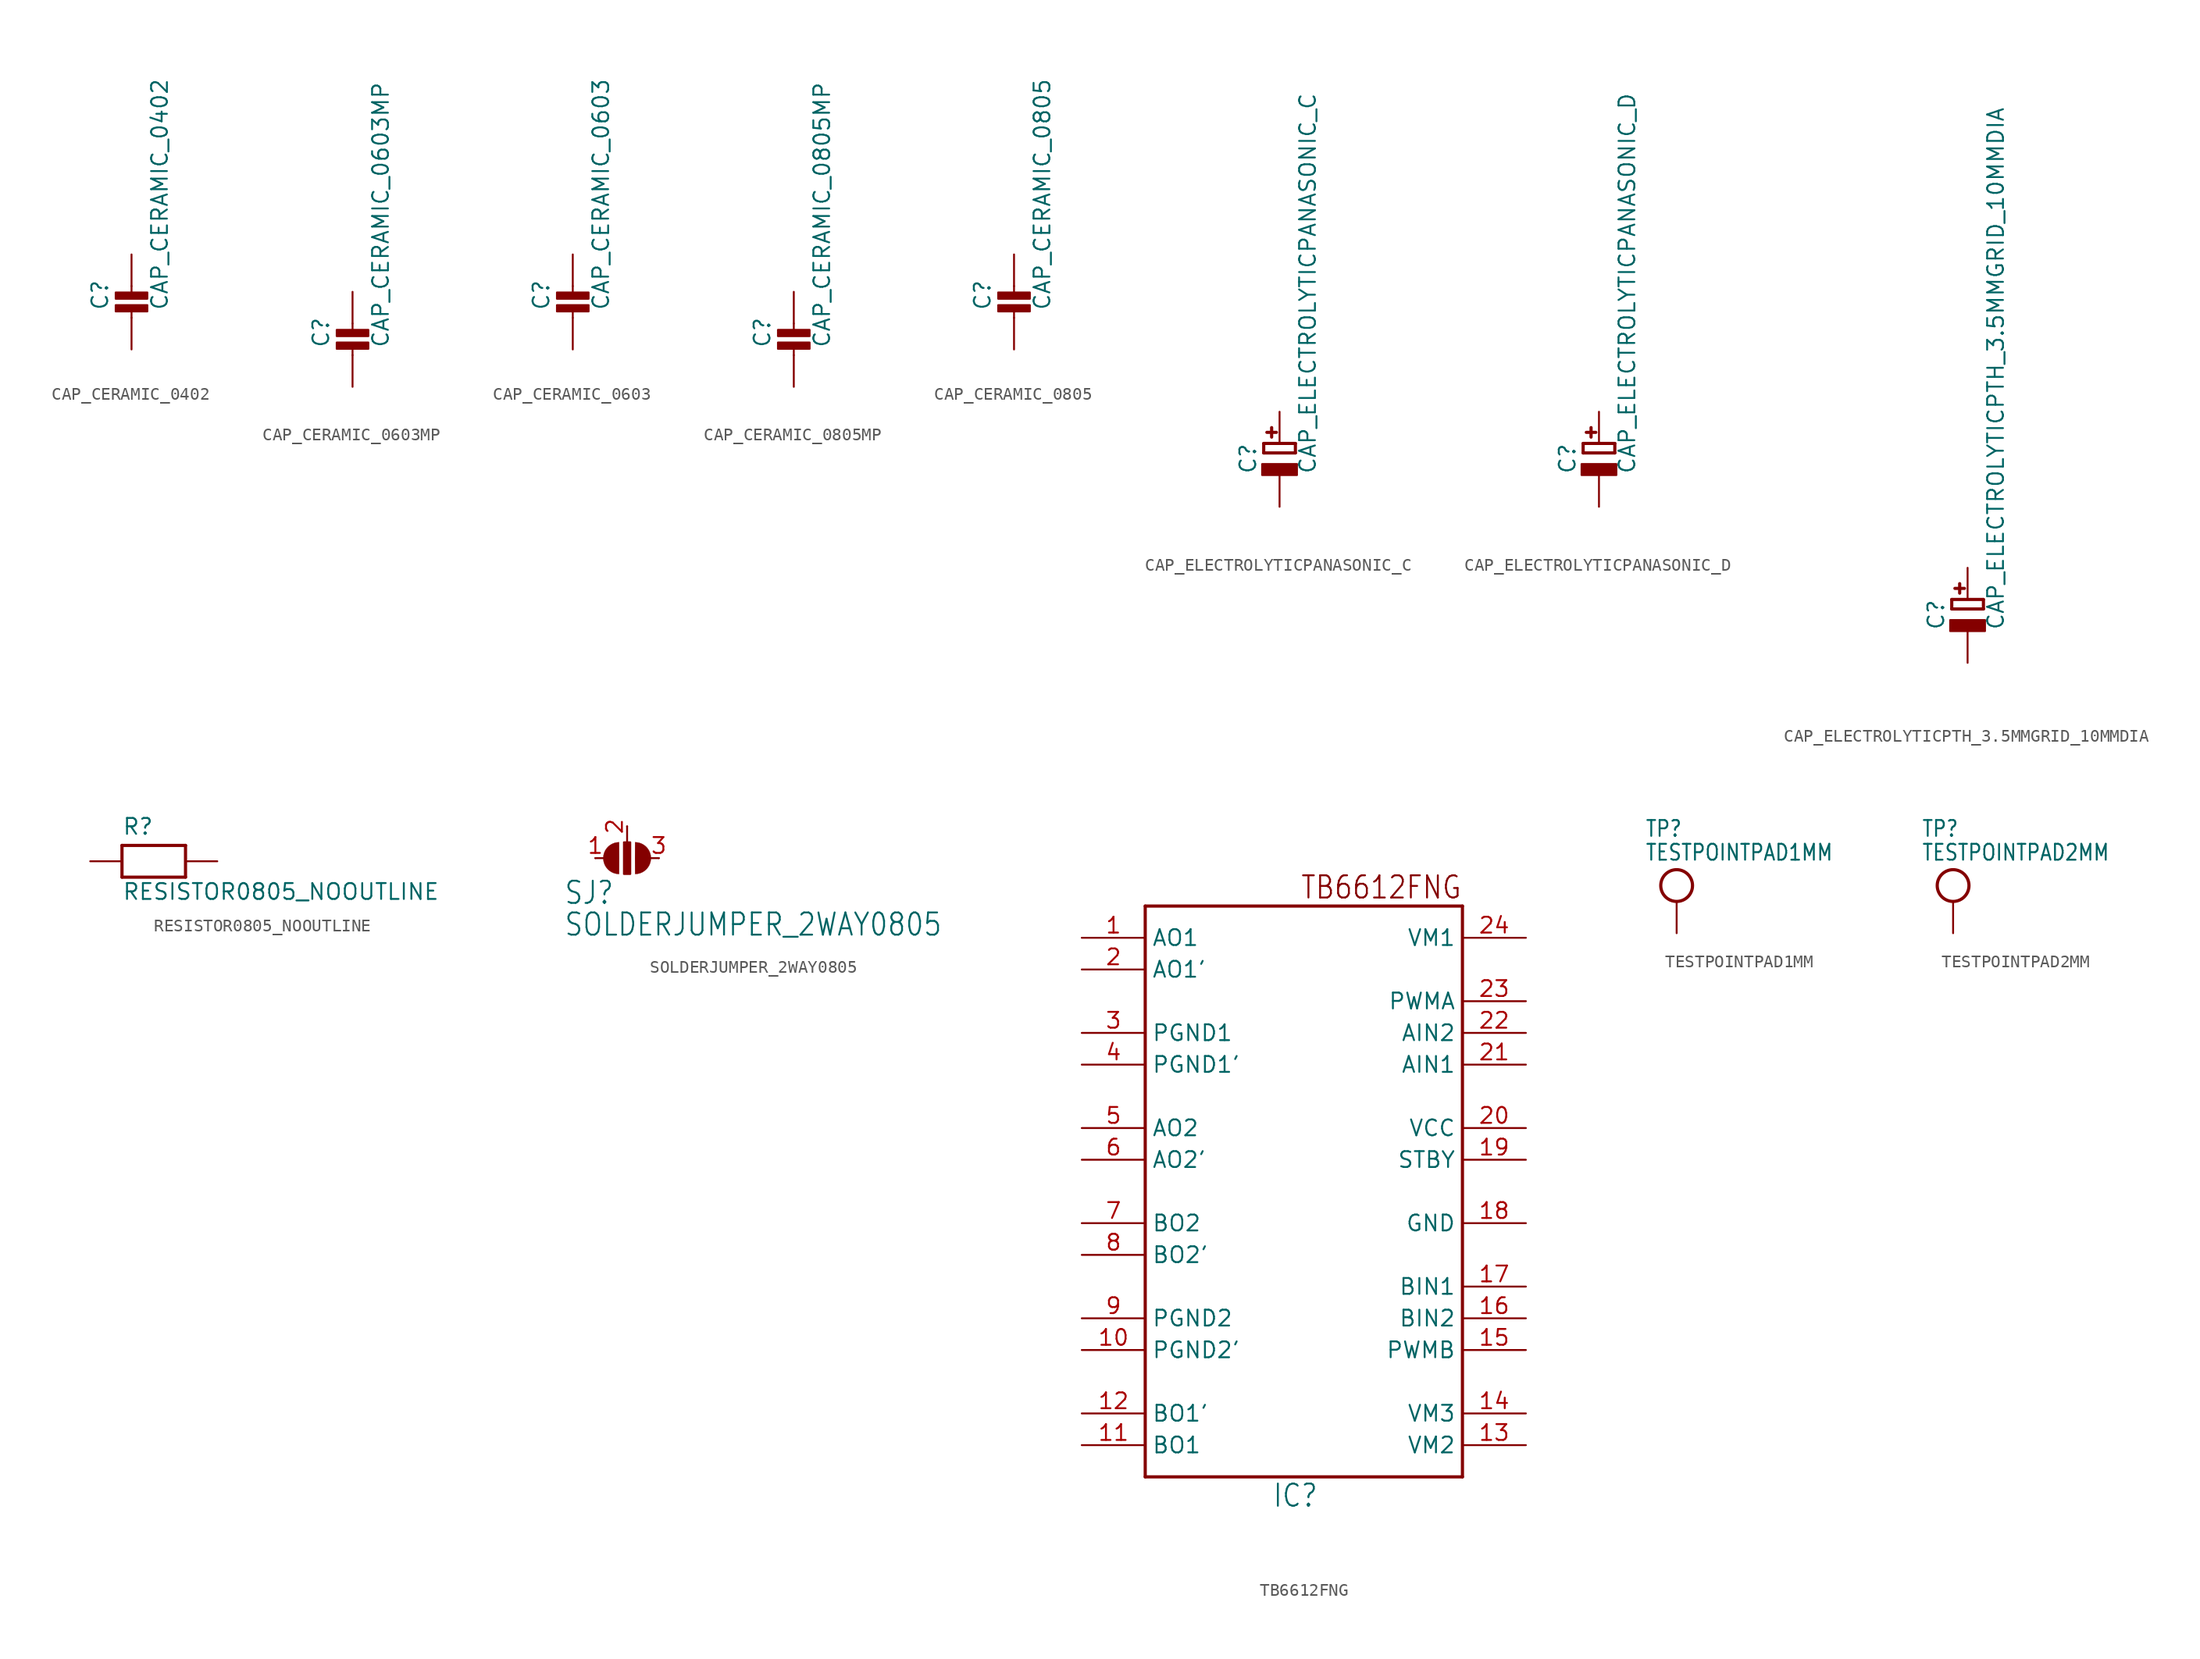
<source format=kicad_sym>
(kicad_symbol_lib
  (version 20211014)
  (generator kicad_symbol_editor)
  (symbol "CAP_CERAMIC_0402"
    (property "Reference" "C"
      (at -1.79 0.54 90)
      (effects (font (size 1.27 1.27)) (justify left bottom)))
    (property "Value" "CAP_CERAMIC_0402"
      (at 3 0.54 90)
      (effects (font (size 1.27 1.27)) (justify left bottom)))
    (property "ki_locked" ""
      (at 0 0 0)
      (effects (font (size 1.27 1.27))))
    (symbol "CAP_CERAMIC_0402_1_0"
      (rectangle (start -1.27 0.508) (end 1.27 1.016) (stroke (width 0) (type default) (color 0 0 0 0)) (fill (type outline)))
      (rectangle (start -1.27 1.524) (end 1.27 2.032) (stroke (width 0) (type default) (color 0 0 0 0)) (fill (type outline)))
      (polyline (pts (xy 0 0.762) (xy 0 0)) (stroke (width 0.152) (type default) (color 0 0 0 0)) (fill (type none)))
      (polyline (pts (xy 0 2.54) (xy 0 1.778)) (stroke (width 0.152) (type default) (color 0 0 0 0)) (fill (type none)))
      (pin passive line (at 0 5.08 270) (length 2.54) (name "1" (effects (font (size 0 0)))) (number "1" (effects (font (size 0 0)))))
      (pin passive line (at 0 -2.54 90) (length 2.54) (name "2" (effects (font (size 0 0)))) (number "2" (effects (font (size 0 0)))))))
  (symbol "CAP_CERAMIC_0603MP"
    (property "Reference" "C"
      (at -1.79 0.54 90)
      (effects (font (size 1.27 1.27)) (justify left bottom)))
    (property "Value" "CAP_CERAMIC_0603MP"
      (at 3 0.54 90)
      (effects (font (size 1.27 1.27)) (justify left bottom)))
    (property "ki_locked" ""
      (at 0 0 0)
      (effects (font (size 1.27 1.27))))
    (symbol "CAP_CERAMIC_0603MP_1_0"
      (rectangle (start -1.27 0.508) (end 1.27 1.016) (stroke (width 0) (type default) (color 0 0 0 0)) (fill (type outline)))
      (rectangle (start -1.27 1.524) (end 1.27 2.032) (stroke (width 0) (type default) (color 0 0 0 0)) (fill (type outline)))
      (polyline (pts (xy 0 0.762) (xy 0 0)) (stroke (width 0.152) (type default) (color 0 0 0 0)) (fill (type none)))
      (polyline (pts (xy 0 2.54) (xy 0 1.778)) (stroke (width 0.152) (type default) (color 0 0 0 0)) (fill (type none)))
      (pin passive line (at 0 5.08 270) (length 2.54) (name "1" (effects (font (size 0 0)))) (number "1" (effects (font (size 0 0)))))
      (pin passive line (at 0 -2.54 90) (length 2.54) (name "2" (effects (font (size 0 0)))) (number "2" (effects (font (size 0 0)))))))
  (symbol "CAP_CERAMIC_0603"
    (property "Reference" "C"
      (at -1.79 0.54 90)
      (effects (font (size 1.27 1.27)) (justify left bottom)))
    (property "Value" "CAP_CERAMIC_0603"
      (at 3 0.54 90)
      (effects (font (size 1.27 1.27)) (justify left bottom)))
    (property "ki_locked" ""
      (at 0 0 0)
      (effects (font (size 1.27 1.27))))
    (symbol "CAP_CERAMIC_0603_1_0"
      (rectangle (start -1.27 0.508) (end 1.27 1.016) (stroke (width 0) (type default) (color 0 0 0 0)) (fill (type outline)))
      (rectangle (start -1.27 1.524) (end 1.27 2.032) (stroke (width 0) (type default) (color 0 0 0 0)) (fill (type outline)))
      (polyline (pts (xy 0 0.762) (xy 0 0)) (stroke (width 0.152) (type default) (color 0 0 0 0)) (fill (type none)))
      (polyline (pts (xy 0 2.54) (xy 0 1.778)) (stroke (width 0.152) (type default) (color 0 0 0 0)) (fill (type none)))
      (pin passive line (at 0 5.08 270) (length 2.54) (name "1" (effects (font (size 0 0)))) (number "1" (effects (font (size 0 0)))))
      (pin passive line (at 0 -2.54 90) (length 2.54) (name "2" (effects (font (size 0 0)))) (number "2" (effects (font (size 0 0)))))))
  (symbol "CAP_CERAMIC_0805MP"
    (property "Reference" "C"
      (at -1.79 0.54 90)
      (effects (font (size 1.27 1.27)) (justify left bottom)))
    (property "Value" "CAP_CERAMIC_0805MP"
      (at 3 0.54 90)
      (effects (font (size 1.27 1.27)) (justify left bottom)))
    (property "ki_locked" ""
      (at 0 0 0)
      (effects (font (size 1.27 1.27))))
    (symbol "CAP_CERAMIC_0805MP_1_0"
      (rectangle (start -1.27 0.508) (end 1.27 1.016) (stroke (width 0) (type default) (color 0 0 0 0)) (fill (type outline)))
      (rectangle (start -1.27 1.524) (end 1.27 2.032) (stroke (width 0) (type default) (color 0 0 0 0)) (fill (type outline)))
      (polyline (pts (xy 0 0.762) (xy 0 0)) (stroke (width 0.152) (type default) (color 0 0 0 0)) (fill (type none)))
      (polyline (pts (xy 0 2.54) (xy 0 1.778)) (stroke (width 0.152) (type default) (color 0 0 0 0)) (fill (type none)))
      (pin passive line (at 0 5.08 270) (length 2.54) (name "1" (effects (font (size 0 0)))) (number "1" (effects (font (size 0 0)))))
      (pin passive line (at 0 -2.54 90) (length 2.54) (name "2" (effects (font (size 0 0)))) (number "2" (effects (font (size 0 0)))))))
  (symbol "CAP_CERAMIC_0805"
    (property "Reference" "C"
      (at -1.79 0.54 90)
      (effects (font (size 1.27 1.27)) (justify left bottom)))
    (property "Value" "CAP_CERAMIC_0805"
      (at 3 0.54 90)
      (effects (font (size 1.27 1.27)) (justify left bottom)))
    (property "ki_locked" ""
      (at 0 0 0)
      (effects (font (size 1.27 1.27))))
    (symbol "CAP_CERAMIC_0805_1_0"
      (rectangle (start -1.27 0.508) (end 1.27 1.016) (stroke (width 0) (type default) (color 0 0 0 0)) (fill (type outline)))
      (rectangle (start -1.27 1.524) (end 1.27 2.032) (stroke (width 0) (type default) (color 0 0 0 0)) (fill (type outline)))
      (polyline (pts (xy 0 0.762) (xy 0 0)) (stroke (width 0.152) (type default) (color 0 0 0 0)) (fill (type none)))
      (polyline (pts (xy 0 2.54) (xy 0 1.778)) (stroke (width 0.152) (type default) (color 0 0 0 0)) (fill (type none)))
      (pin passive line (at 0 5.08 270) (length 2.54) (name "1" (effects (font (size 0 0)))) (number "1" (effects (font (size 0 0)))))
      (pin passive line (at 0 -2.54 90) (length 2.54) (name "2" (effects (font (size 0 0)))) (number "2" (effects (font (size 0 0)))))))
  (symbol "CAP_ELECTROLYTICPANASONIC_C"
    (property "Reference" "C"
      (at -1.79 0.04 90)
      (effects (font (size 1.27 1.27)) (justify left bottom)))
    (property "Value" "CAP_ELECTROLYTICPANASONIC_C"
      (at 3 0.04 90)
      (effects (font (size 1.27 1.27)) (justify left bottom)))
    (property "ki_locked" ""
      (at 0 0 0)
      (effects (font (size 1.27 1.27))))
    (symbol "CAP_ELECTROLYTICPANASONIC_C_1_0"
      (rectangle (start -1.397 0) (end 1.397 0.889) (stroke (width 0) (type default) (color 0 0 0 0)) (fill (type outline)))
      (polyline (pts (xy -1.27 1.778) (xy -1.27 2.54)) (stroke (width 0.254) (type default) (color 0 0 0 0)) (fill (type none)))
      (polyline (pts (xy -1.27 2.54) (xy 1.27 2.54)) (stroke (width 0.254) (type default) (color 0 0 0 0)) (fill (type none)))
      (polyline (pts (xy -1.016 3.429) (xy -0.254 3.429)) (stroke (width 0.254) (type default) (color 0 0 0 0)) (fill (type none)))
      (polyline (pts (xy -0.635 3.81) (xy -0.635 3.048)) (stroke (width 0.254) (type default) (color 0 0 0 0)) (fill (type none)))
      (polyline (pts (xy 1.27 1.778) (xy -1.27 1.778)) (stroke (width 0.254) (type default) (color 0 0 0 0)) (fill (type none)))
      (polyline (pts (xy 1.27 2.54) (xy 1.27 1.778)) (stroke (width 0.254) (type default) (color 0 0 0 0)) (fill (type none)))
      (pin passive line (at 0 5.08 270) (length 2.54) (name "+" (effects (font (size 0 0)))) (number "+" (effects (font (size 0 0)))))
      (pin passive line (at 0 -2.54 90) (length 2.54) (name "-" (effects (font (size 0 0)))) (number "-" (effects (font (size 0 0)))))))
  (symbol "CAP_ELECTROLYTICPANASONIC_D"
    (property "Reference" "C"
      (at -1.79 0.04 90)
      (effects (font (size 1.27 1.27)) (justify left bottom)))
    (property "Value" "CAP_ELECTROLYTICPANASONIC_D"
      (at 3 0.04 90)
      (effects (font (size 1.27 1.27)) (justify left bottom)))
    (property "ki_locked" ""
      (at 0 0 0)
      (effects (font (size 1.27 1.27))))
    (symbol "CAP_ELECTROLYTICPANASONIC_D_1_0"
      (rectangle (start -1.397 0) (end 1.397 0.889) (stroke (width 0) (type default) (color 0 0 0 0)) (fill (type outline)))
      (polyline (pts (xy -1.27 1.778) (xy -1.27 2.54)) (stroke (width 0.254) (type default) (color 0 0 0 0)) (fill (type none)))
      (polyline (pts (xy -1.27 2.54) (xy 1.27 2.54)) (stroke (width 0.254) (type default) (color 0 0 0 0)) (fill (type none)))
      (polyline (pts (xy -1.016 3.429) (xy -0.254 3.429)) (stroke (width 0.254) (type default) (color 0 0 0 0)) (fill (type none)))
      (polyline (pts (xy -0.635 3.81) (xy -0.635 3.048)) (stroke (width 0.254) (type default) (color 0 0 0 0)) (fill (type none)))
      (polyline (pts (xy 1.27 1.778) (xy -1.27 1.778)) (stroke (width 0.254) (type default) (color 0 0 0 0)) (fill (type none)))
      (polyline (pts (xy 1.27 2.54) (xy 1.27 1.778)) (stroke (width 0.254) (type default) (color 0 0 0 0)) (fill (type none)))
      (pin passive line (at 0 5.08 270) (length 2.54) (name "+" (effects (font (size 0 0)))) (number "+" (effects (font (size 0 0)))))
      (pin passive line (at 0 -2.54 90) (length 2.54) (name "-" (effects (font (size 0 0)))) (number "-" (effects (font (size 0 0)))))))
  (symbol "CAP_ELECTROLYTICPTH_3.5MMGRID_10MMDIA"
    (property "Reference" "C"
      (at -1.79 0.04 90)
      (effects (font (size 1.27 1.27)) (justify left bottom)))
    (property "Value" "CAP_ELECTROLYTICPTH_3.5MMGRID_10MMDIA"
      (at 3 0.04 90)
      (effects (font (size 1.27 1.27)) (justify left bottom)))
    (property "ki_locked" ""
      (at 0 0 0)
      (effects (font (size 1.27 1.27))))
    (symbol "CAP_ELECTROLYTICPTH_3.5MMGRID_10MMDIA_1_0"
      (rectangle (start -1.397 0) (end 1.397 0.889) (stroke (width 0) (type default) (color 0 0 0 0)) (fill (type outline)))
      (polyline (pts (xy -1.27 1.778) (xy -1.27 2.54)) (stroke (width 0.254) (type default) (color 0 0 0 0)) (fill (type none)))
      (polyline (pts (xy -1.27 2.54) (xy 1.27 2.54)) (stroke (width 0.254) (type default) (color 0 0 0 0)) (fill (type none)))
      (polyline (pts (xy -1.016 3.429) (xy -0.254 3.429)) (stroke (width 0.254) (type default) (color 0 0 0 0)) (fill (type none)))
      (polyline (pts (xy -0.635 3.81) (xy -0.635 3.048)) (stroke (width 0.254) (type default) (color 0 0 0 0)) (fill (type none)))
      (polyline (pts (xy 1.27 1.778) (xy -1.27 1.778)) (stroke (width 0.254) (type default) (color 0 0 0 0)) (fill (type none)))
      (polyline (pts (xy 1.27 2.54) (xy 1.27 1.778)) (stroke (width 0.254) (type default) (color 0 0 0 0)) (fill (type none)))
      (pin passive line (at 0 5.08 270) (length 2.54) (name "+" (effects (font (size 0 0)))) (number "+" (effects (font (size 0 0)))))
      (pin passive line (at 0 -2.54 90) (length 2.54) (name "-" (effects (font (size 0 0)))) (number "-" (effects (font (size 0 0)))))))
  (symbol "RESISTOR0805_NOOUTLINE"
    (property "Reference" "R"
      (at -2.54 2.032 0)
      (effects (font (size 1.27 1.27)) (justify left bottom)))
    (property "Value" "RESISTOR0805_NOOUTLINE"
      (at -2.54 -3.175 0)
      (effects (font (size 1.27 1.27)) (justify left bottom)))
    (property "ki_locked" ""
      (at 0 0 0)
      (effects (font (size 1.27 1.27))))
    (symbol "RESISTOR0805_NOOUTLINE_1_0"
      (polyline (pts (xy -2.54 -1.27) (xy -2.54 1.27)) (stroke (width 0.254) (type default) (color 0 0 0 0)) (fill (type none)))
      (polyline (pts (xy -2.54 1.27) (xy 2.54 1.27)) (stroke (width 0.254) (type default) (color 0 0 0 0)) (fill (type none)))
      (polyline (pts (xy 2.54 -1.27) (xy -2.54 -1.27)) (stroke (width 0.254) (type default) (color 0 0 0 0)) (fill (type none)))
      (polyline (pts (xy 2.54 1.27) (xy 2.54 -1.27)) (stroke (width 0.254) (type default) (color 0 0 0 0)) (fill (type none)))
      (pin passive line (at -5.08 0 0) (length 2.54) (name "1" (effects (font (size 0 0)))) (number "1" (effects (font (size 0 0)))))
      (pin passive line (at 5.08 0 180) (length 2.54) (name "2" (effects (font (size 0 0)))) (number "2" (effects (font (size 0 0)))))))
  (symbol "SOLDERJUMPER_2WAY0805"
    (property "Reference" "SJ"
      (at -5.08 -3.81 0)
      (effects (font (size 1.778 1.511)) (justify left bottom)))
    (property "Value" "SOLDERJUMPER_2WAY0805"
      (at -5.08 -6.35 0)
      (effects (font (size 1.778 1.511)) (justify left bottom)))
    (property "ki_locked" ""
      (at 0 0 0)
      (effects (font (size 1.27 1.27))))
    (symbol "SOLDERJUMPER_2WAY0805_1_0"
      (arc (start -0.635 1.27) (mid -1.905 0) (end -0.635 -1.27) (stroke (width 0.0001) (type default) (color 0 0 0 0)) (fill (type outline)))
      (rectangle (start -0.254 -1.27) (end 0.254 1.27) (stroke (width 0) (type default) (color 0 0 0 0)) (fill (type outline)))
      (polyline (pts (xy -2.54 0) (xy -1.651 0)) (stroke (width 0.152) (type default) (color 0 0 0 0)) (fill (type none)))
      (polyline (pts (xy 0 2.54) (xy 0 0.381)) (stroke (width 0.152) (type default) (color 0 0 0 0)) (fill (type none)))
      (polyline (pts (xy 2.54 0) (xy 1.651 0)) (stroke (width 0.152) (type default) (color 0 0 0 0)) (fill (type none)))
      (arc (start 0.635 -1.27) (mid 1.905 0) (end 0.635 1.27) (stroke (width 0.0001) (type default) (color 0 0 0 0)) (fill (type outline)))
      (pin passive line (at -2.54 0 0) (length 0) (name "1" (effects (font (size 0 0)))) (number "1" (effects (font (size 1.27 1.27)))))
      (pin passive line (at 0 2.54 270) (length 0) (name "2" (effects (font (size 0 0)))) (number "2" (effects (font (size 1.27 1.27)))))
      (pin passive line (at 2.54 0 180) (length 0) (name "3" (effects (font (size 0 0)))) (number "3" (effects (font (size 1.27 1.27)))))))
  (symbol "TB6612FNG"
    (property "Reference" "IC"
      (at -2.54 -25.4 0)
      (effects (font (size 1.778 1.511)) (justify left bottom)))
    (property "ki_locked" ""
      (at 0 0 0)
      (effects (font (size 1.27 1.27))))
    (symbol "TB6612FNG_1_0"
      (polyline (pts (xy -12.7 -22.86) (xy -12.7 22.86)) (stroke (width 0.254) (type default) (color 0 0 0 0)) (fill (type none)))
      (polyline (pts (xy -12.7 22.86) (xy 12.7 22.86)) (stroke (width 0.254) (type default) (color 0 0 0 0)) (fill (type none)))
      (polyline (pts (xy 12.7 -22.86) (xy -12.7 -22.86)) (stroke (width 0.254) (type default) (color 0 0 0 0)) (fill (type none)))
      (polyline (pts (xy 12.7 22.86) (xy 12.7 -22.86)) (stroke (width 0.254) (type default) (color 0 0 0 0)) (fill (type none)))
      (text "TB6612FNG" (at 12.7 25.4 0) (effects (font (size 1.778 1.511)) (justify right top)))
      (pin output line (at -17.78 20.32 0) (length 5.08) (name "AO1" (effects (font (size 1.27 1.27)))) (number "1" (effects (font (size 1.27 1.27)))))
      (pin power_in line (at -17.78 -12.7 0) (length 5.08) (name "PGND2'" (effects (font (size 1.27 1.27)))) (number "10" (effects (font (size 1.27 1.27)))))
      (pin output line (at -17.78 -20.32 0) (length 5.08) (name "BO1" (effects (font (size 1.27 1.27)))) (number "11" (effects (font (size 1.27 1.27)))))
      (pin output line (at -17.78 -17.78 0) (length 5.08) (name "BO1'" (effects (font (size 1.27 1.27)))) (number "12" (effects (font (size 1.27 1.27)))))
      (pin power_in line (at 17.78 -20.32 180) (length 5.08) (name "VM2" (effects (font (size 1.27 1.27)))) (number "13" (effects (font (size 1.27 1.27)))))
      (pin power_in line (at 17.78 -17.78 180) (length 5.08) (name "VM3" (effects (font (size 1.27 1.27)))) (number "14" (effects (font (size 1.27 1.27)))))
      (pin input line (at 17.78 -12.7 180) (length 5.08) (name "PWMB" (effects (font (size 1.27 1.27)))) (number "15" (effects (font (size 1.27 1.27)))))
      (pin input line (at 17.78 -10.16 180) (length 5.08) (name "BIN2" (effects (font (size 1.27 1.27)))) (number "16" (effects (font (size 1.27 1.27)))))
      (pin input line (at 17.78 -7.62 180) (length 5.08) (name "BIN1" (effects (font (size 1.27 1.27)))) (number "17" (effects (font (size 1.27 1.27)))))
      (pin power_in line (at 17.78 -2.54 180) (length 5.08) (name "GND" (effects (font (size 1.27 1.27)))) (number "18" (effects (font (size 1.27 1.27)))))
      (pin input line (at 17.78 2.54 180) (length 5.08) (name "STBY" (effects (font (size 1.27 1.27)))) (number "19" (effects (font (size 1.27 1.27)))))
      (pin output line (at -17.78 17.78 0) (length 5.08) (name "AO1'" (effects (font (size 1.27 1.27)))) (number "2" (effects (font (size 1.27 1.27)))))
      (pin power_in line (at 17.78 5.08 180) (length 5.08) (name "VCC" (effects (font (size 1.27 1.27)))) (number "20" (effects (font (size 1.27 1.27)))))
      (pin input line (at 17.78 10.16 180) (length 5.08) (name "AIN1" (effects (font (size 1.27 1.27)))) (number "21" (effects (font (size 1.27 1.27)))))
      (pin input line (at 17.78 12.7 180) (length 5.08) (name "AIN2" (effects (font (size 1.27 1.27)))) (number "22" (effects (font (size 1.27 1.27)))))
      (pin input line (at 17.78 15.24 180) (length 5.08) (name "PWMA" (effects (font (size 1.27 1.27)))) (number "23" (effects (font (size 1.27 1.27)))))
      (pin power_in line (at 17.78 20.32 180) (length 5.08) (name "VM1" (effects (font (size 1.27 1.27)))) (number "24" (effects (font (size 1.27 1.27)))))
      (pin power_in line (at -17.78 12.7 0) (length 5.08) (name "PGND1" (effects (font (size 1.27 1.27)))) (number "3" (effects (font (size 1.27 1.27)))))
      (pin power_in line (at -17.78 10.16 0) (length 5.08) (name "PGND1'" (effects (font (size 1.27 1.27)))) (number "4" (effects (font (size 1.27 1.27)))))
      (pin output line (at -17.78 5.08 0) (length 5.08) (name "AO2" (effects (font (size 1.27 1.27)))) (number "5" (effects (font (size 1.27 1.27)))))
      (pin output line (at -17.78 2.54 0) (length 5.08) (name "AO2'" (effects (font (size 1.27 1.27)))) (number "6" (effects (font (size 1.27 1.27)))))
      (pin output line (at -17.78 -2.54 0) (length 5.08) (name "BO2" (effects (font (size 1.27 1.27)))) (number "7" (effects (font (size 1.27 1.27)))))
      (pin output line (at -17.78 -5.08 0) (length 5.08) (name "BO2'" (effects (font (size 1.27 1.27)))) (number "8" (effects (font (size 1.27 1.27)))))
      (pin power_in line (at -17.78 -10.16 0) (length 5.08) (name "PGND2" (effects (font (size 1.27 1.27)))) (number "9" (effects (font (size 1.27 1.27)))))))
  (symbol "TESTPOINTPAD1MM"
    (property "Reference" "TP"
      (at -2.54 7.62 0)
      (effects (font (size 1.27 1.079)) (justify left bottom)))
    (property "Value" "TESTPOINTPAD1MM"
      (at -2.54 5.715 0)
      (effects (font (size 1.27 1.079)) (justify left bottom)))
    (property "ki_locked" ""
      (at 0 0 0)
      (effects (font (size 1.27 1.27))))
    (symbol "TESTPOINTPAD1MM_1_0"
      (circle (center 0 3.81) (radius 1.27) (stroke (width 0.254) (type default) (color 0 0 0 0)) (fill (type none)))
      (pin bidirectional line (at 0 0 90) (length 2.54) (name "P$1" (effects (font (size 0 0)))) (number "P$1" (effects (font (size 0 0)))))))
  (symbol "TESTPOINTPAD2MM"
    (property "Reference" "TP"
      (at -2.54 7.62 0)
      (effects (font (size 1.27 1.079)) (justify left bottom)))
    (property "Value" "TESTPOINTPAD2MM"
      (at -2.54 5.715 0)
      (effects (font (size 1.27 1.079)) (justify left bottom)))
    (property "ki_locked" ""
      (at 0 0 0)
      (effects (font (size 1.27 1.27))))
    (symbol "TESTPOINTPAD2MM_1_0"
      (circle (center 0 3.81) (radius 1.27) (stroke (width 0.254) (type default) (color 0 0 0 0)) (fill (type none)))
      (pin bidirectional line (at 0 0 90) (length 2.54) (name "P$1" (effects (font (size 0 0)))) (number "P$1" (effects (font (size 0 0))))))))
</source>
